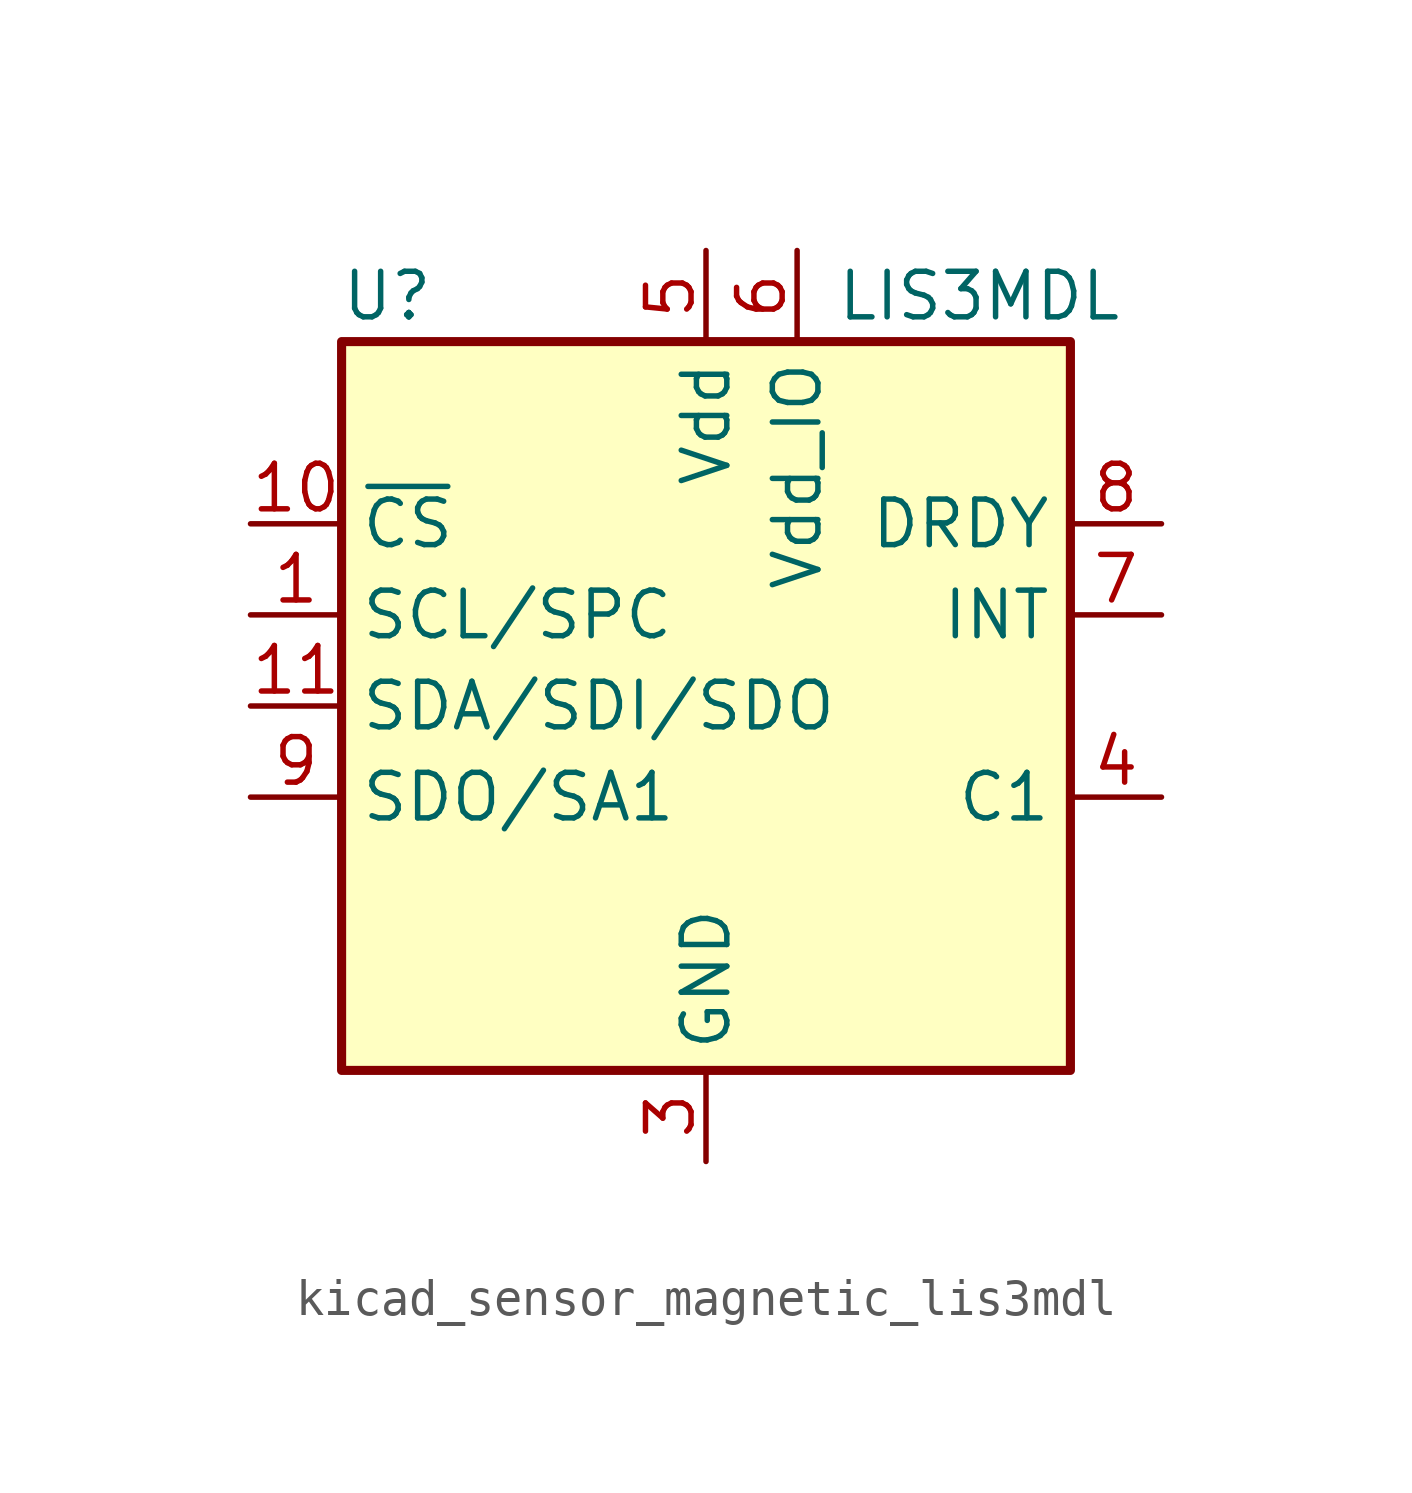
<source format=kicad_sym>
(kicad_symbol_lib
  (version 20220914)
  (generator kicad_symbol_editor)
  (symbol "kicad_sensor_magnetic_lis3mdl"
    (property "Reference" "U"
      (at -8.89 11.43 0)
      (effects (font (size 1.27 1.27))))
    (property "Value" "LIS3MDL"
      (at 7.62 11.43 0)
      (effects (font (size 1.27 1.27))))
    (symbol "kicad_sensor_magnetic_lis3mdl_0_1"
      (rectangle (start -10.16 10.16) (end 10.16 -10.16) (stroke (width 0.254) (type default)) (fill (type background))))
    (symbol "kicad_sensor_magnetic_lis3mdl_1_1"
      (pin input line (at -12.7 2.54 0) (length 2.54) (name "SCL/SPC" (effects (font (size 1.27 1.27)))) (number "1" (effects (font (size 1.27 1.27)))))
      (pin input line (at -12.7 5.08 0) (length 2.54) (name "~{CS}" (effects (font (size 1.27 1.27)))) (number "10" (effects (font (size 1.27 1.27)))))
      (pin bidirectional line (at -12.7 0 0) (length 2.54) (name "SDA/SDI/SDO" (effects (font (size 1.27 1.27)))) (number "11" (effects (font (size 1.27 1.27)))))
      (pin passive line (at 0 -12.7 90) (length 2.54) hide (name "GND" (effects (font (size 1.27 1.27)))) (number "12" (effects (font (size 1.27 1.27)))))
      (pin passive line (at 0 -12.7 90) (length 2.54) hide (name "GND" (effects (font (size 1.27 1.27)))) (number "2" (effects (font (size 1.27 1.27)))))
      (pin power_in line (at 0 -12.7 90) (length 2.54) (name "GND" (effects (font (size 1.27 1.27)))) (number "3" (effects (font (size 1.27 1.27)))))
      (pin power_out line (at 12.7 -2.54 180) (length 2.54) (name "C1" (effects (font (size 1.27 1.27)))) (number "4" (effects (font (size 1.27 1.27)))))
      (pin power_in line (at 0 12.7 270) (length 2.54) (name "Vdd" (effects (font (size 1.27 1.27)))) (number "5" (effects (font (size 1.27 1.27)))))
      (pin power_in line (at 2.54 12.7 270) (length 2.54) (name "Vdd_IO" (effects (font (size 1.27 1.27)))) (number "6" (effects (font (size 1.27 1.27)))))
      (pin output line (at 12.7 2.54 180) (length 2.54) (name "INT" (effects (font (size 1.27 1.27)))) (number "7" (effects (font (size 1.27 1.27)))))
      (pin output line (at 12.7 5.08 180) (length 2.54) (name "DRDY" (effects (font (size 1.27 1.27)))) (number "8" (effects (font (size 1.27 1.27)))))
      (pin bidirectional line (at -12.7 -2.54 0) (length 2.54) (name "SDO/SA1" (effects (font (size 1.27 1.27)))) (number "9" (effects (font (size 1.27 1.27))))))))
</source>
